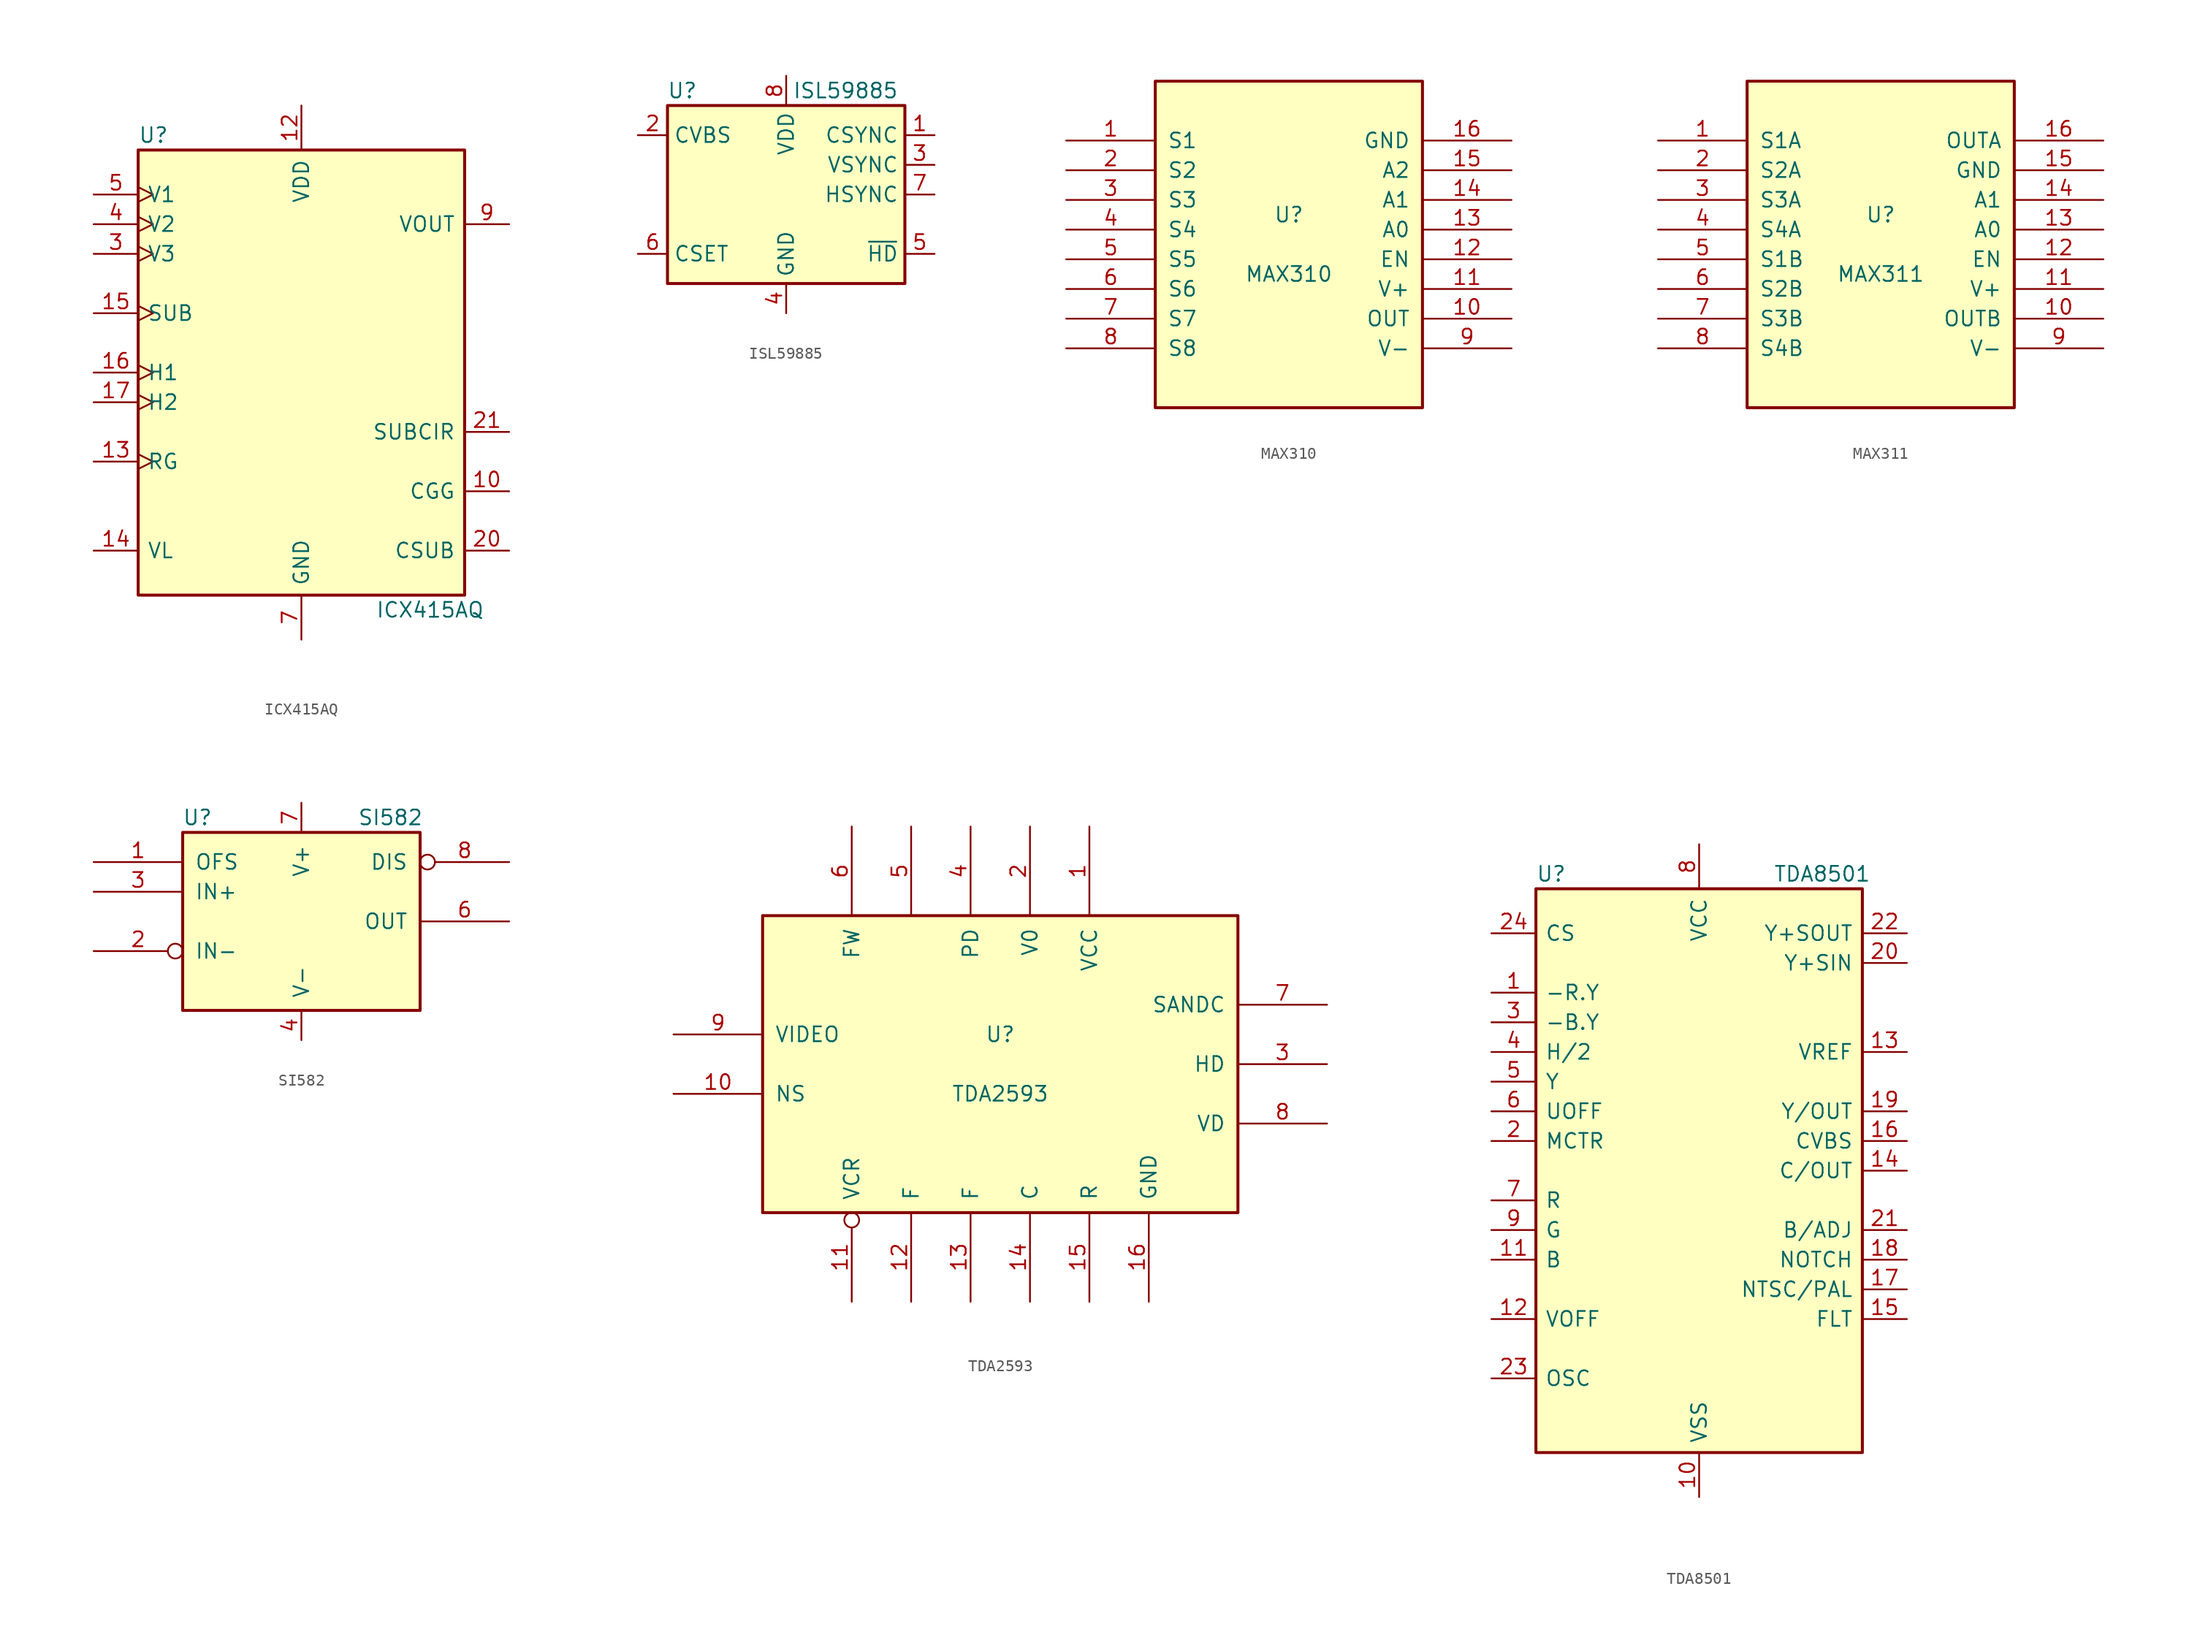
<source format=kicad_sym>
(kicad_symbol_lib
  (version 20211014)
  (generator kicad_symbol_editor)
  (symbol "ICX415AQ"
    (pin_names
      (offset 0.762))
    (property "Reference" "U"
      (at -13.97 20.32 0)
      (effects (font (size 1.27 1.27)) (justify left)))
    (property "Value" "ICX415AQ"
      (at 6.35 -20.32 0)
      (effects (font (size 1.27 1.27)) (justify left)))
    (symbol "ICX415AQ_0_1"
      (rectangle (start -13.97 19.05) (end 13.97 -19.05) (stroke (width 0.254) (type default) (color 0 0 0 0)) (fill (type background))))
    (symbol "ICX415AQ_1_1"
      (pin input line (at 17.78 -10.16 180) (length 3.81) (name "CGG" (effects (font (size 1.27 1.27)))) (number "10" (effects (font (size 1.27 1.27)))))
      (pin power_in line (at 0 22.86 270) (length 3.81) (name "VDD" (effects (font (size 1.27 1.27)))) (number "12" (effects (font (size 1.27 1.27)))))
      (pin input clock (at -17.78 -7.62 0) (length 3.81) (name "RG" (effects (font (size 1.27 1.27)))) (number "13" (effects (font (size 1.27 1.27)))))
      (pin power_in line (at -17.78 -15.24 0) (length 3.81) (name "VL" (effects (font (size 1.27 1.27)))) (number "14" (effects (font (size 1.27 1.27)))))
      (pin input clock (at -17.78 5.08 0) (length 3.81) (name "SUB" (effects (font (size 1.27 1.27)))) (number "15" (effects (font (size 1.27 1.27)))))
      (pin input clock (at -17.78 0 0) (length 3.81) (name "H1" (effects (font (size 1.27 1.27)))) (number "16" (effects (font (size 1.27 1.27)))))
      (pin input clock (at -17.78 -2.54 0) (length 3.81) (name "H2" (effects (font (size 1.27 1.27)))) (number "17" (effects (font (size 1.27 1.27)))))
      (pin input line (at 17.78 -15.24 180) (length 3.81) (name "CSUB" (effects (font (size 1.27 1.27)))) (number "20" (effects (font (size 1.27 1.27)))))
      (pin power_in line (at 17.78 -5.08 180) (length 3.81) (name "SUBCIR" (effects (font (size 1.27 1.27)))) (number "21" (effects (font (size 1.27 1.27)))))
      (pin input clock (at -17.78 10.16 0) (length 3.81) (name "V3" (effects (font (size 1.27 1.27)))) (number "3" (effects (font (size 1.27 1.27)))))
      (pin input clock (at -17.78 12.7 0) (length 3.81) (name "V2" (effects (font (size 1.27 1.27)))) (number "4" (effects (font (size 1.27 1.27)))))
      (pin input clock (at -17.78 15.24 0) (length 3.81) (name "V1" (effects (font (size 1.27 1.27)))) (number "5" (effects (font (size 1.27 1.27)))))
      (pin power_in line (at 0 -22.86 90) (length 3.81) (name "GND" (effects (font (size 1.27 1.27)))) (number "7" (effects (font (size 1.27 1.27)))))
      (pin output line (at 17.78 12.7 180) (length 3.81) (name "VOUT" (effects (font (size 1.27 1.27)))) (number "9" (effects (font (size 1.27 1.27)))))))
  (symbol "ISL59885"
    (property "Reference" "U"
      (at -8.89 8.89 0)
      (effects (font (size 1.27 1.27))))
    (property "Value" "ISL59885"
      (at 5.08 8.89 0)
      (effects (font (size 1.27 1.27))))
    (symbol "ISL59885_0_1"
      (rectangle (start -10.16 7.62) (end 10.16 -7.62) (stroke (width 0.254) (type default) (color 0 0 0 0)) (fill (type background))))
    (symbol "ISL59885_1_1"
      (pin output line (at 12.7 5.08 180) (length 2.54) (name "CSYNC" (effects (font (size 1.27 1.27)))) (number "1" (effects (font (size 1.27 1.27)))))
      (pin input line (at -12.7 5.08 0) (length 2.54) (name "CVBS" (effects (font (size 1.27 1.27)))) (number "2" (effects (font (size 1.27 1.27)))))
      (pin output line (at 12.7 2.54 180) (length 2.54) (name "VSYNC" (effects (font (size 1.27 1.27)))) (number "3" (effects (font (size 1.27 1.27)))))
      (pin power_in line (at 0 -10.16 90) (length 2.54) (name "GND" (effects (font (size 1.27 1.27)))) (number "4" (effects (font (size 1.27 1.27)))))
      (pin output line (at 12.7 -5.08 180) (length 2.54) (name "~{HD}" (effects (font (size 1.27 1.27)))) (number "5" (effects (font (size 1.27 1.27)))))
      (pin passive line (at -12.7 -5.08 0) (length 2.54) (name "CSET" (effects (font (size 1.27 1.27)))) (number "6" (effects (font (size 1.27 1.27)))))
      (pin output line (at 12.7 0 180) (length 2.54) (name "HSYNC" (effects (font (size 1.27 1.27)))) (number "7" (effects (font (size 1.27 1.27)))))
      (pin power_in line (at 0 10.16 270) (length 2.54) (name "VDD" (effects (font (size 1.27 1.27)))) (number "8" (effects (font (size 1.27 1.27)))))))
  (symbol "MAX310"
    (pin_names
      (offset 1.016))
    (property "Reference" "U"
      (at 0 2.54 0)
      (effects (font (size 1.27 1.27))))
    (property "Value" "MAX310"
      (at 0 -2.54 0)
      (effects (font (size 1.27 1.27))))
    (symbol "MAX310_0_1"
      (rectangle (start -11.43 -13.97) (end 11.43 13.97) (stroke (width 0.254) (type default) (color 0 0 0 0)) (fill (type background))))
    (symbol "MAX310_1_1"
      (pin input line (at -19.05 8.89 0) (length 7.62) (name "S1" (effects (font (size 1.27 1.27)))) (number "1" (effects (font (size 1.27 1.27)))))
      (pin input line (at 19.05 -6.35 180) (length 7.62) (name "OUT" (effects (font (size 1.27 1.27)))) (number "10" (effects (font (size 1.27 1.27)))))
      (pin input line (at 19.05 -3.81 180) (length 7.62) (name "V+" (effects (font (size 1.27 1.27)))) (number "11" (effects (font (size 1.27 1.27)))))
      (pin input line (at 19.05 -1.27 180) (length 7.62) (name "EN" (effects (font (size 1.27 1.27)))) (number "12" (effects (font (size 1.27 1.27)))))
      (pin input line (at 19.05 1.27 180) (length 7.62) (name "A0" (effects (font (size 1.27 1.27)))) (number "13" (effects (font (size 1.27 1.27)))))
      (pin input line (at 19.05 3.81 180) (length 7.62) (name "A1" (effects (font (size 1.27 1.27)))) (number "14" (effects (font (size 1.27 1.27)))))
      (pin input line (at 19.05 6.35 180) (length 7.62) (name "A2" (effects (font (size 1.27 1.27)))) (number "15" (effects (font (size 1.27 1.27)))))
      (pin input line (at 19.05 8.89 180) (length 7.62) (name "GND" (effects (font (size 1.27 1.27)))) (number "16" (effects (font (size 1.27 1.27)))))
      (pin input line (at -19.05 6.35 0) (length 7.62) (name "S2" (effects (font (size 1.27 1.27)))) (number "2" (effects (font (size 1.27 1.27)))))
      (pin input line (at -19.05 3.81 0) (length 7.62) (name "S3" (effects (font (size 1.27 1.27)))) (number "3" (effects (font (size 1.27 1.27)))))
      (pin input line (at -19.05 1.27 0) (length 7.62) (name "S4" (effects (font (size 1.27 1.27)))) (number "4" (effects (font (size 1.27 1.27)))))
      (pin input line (at -19.05 -1.27 0) (length 7.62) (name "S5" (effects (font (size 1.27 1.27)))) (number "5" (effects (font (size 1.27 1.27)))))
      (pin input line (at -19.05 -3.81 0) (length 7.62) (name "S6" (effects (font (size 1.27 1.27)))) (number "6" (effects (font (size 1.27 1.27)))))
      (pin input line (at -19.05 -6.35 0) (length 7.62) (name "S7" (effects (font (size 1.27 1.27)))) (number "7" (effects (font (size 1.27 1.27)))))
      (pin input line (at -19.05 -8.89 0) (length 7.62) (name "S8" (effects (font (size 1.27 1.27)))) (number "8" (effects (font (size 1.27 1.27)))))
      (pin input line (at 19.05 -8.89 180) (length 7.62) (name "V-" (effects (font (size 1.27 1.27)))) (number "9" (effects (font (size 1.27 1.27)))))))
  (symbol "MAX311"
    (pin_names
      (offset 1.016))
    (property "Reference" "U"
      (at 0 2.54 0)
      (effects (font (size 1.27 1.27))))
    (property "Value" "MAX311"
      (at 0 -2.54 0)
      (effects (font (size 1.27 1.27))))
    (symbol "MAX311_0_1"
      (rectangle (start -11.43 -13.97) (end 11.43 13.97) (stroke (width 0.254) (type default) (color 0 0 0 0)) (fill (type background))))
    (symbol "MAX311_1_1"
      (pin input line (at -19.05 8.89 0) (length 7.62) (name "S1A" (effects (font (size 1.27 1.27)))) (number "1" (effects (font (size 1.27 1.27)))))
      (pin input line (at 19.05 -6.35 180) (length 7.62) (name "OUTB" (effects (font (size 1.27 1.27)))) (number "10" (effects (font (size 1.27 1.27)))))
      (pin input line (at 19.05 -3.81 180) (length 7.62) (name "V+" (effects (font (size 1.27 1.27)))) (number "11" (effects (font (size 1.27 1.27)))))
      (pin input line (at 19.05 -1.27 180) (length 7.62) (name "EN" (effects (font (size 1.27 1.27)))) (number "12" (effects (font (size 1.27 1.27)))))
      (pin input line (at 19.05 1.27 180) (length 7.62) (name "A0" (effects (font (size 1.27 1.27)))) (number "13" (effects (font (size 1.27 1.27)))))
      (pin input line (at 19.05 3.81 180) (length 7.62) (name "A1" (effects (font (size 1.27 1.27)))) (number "14" (effects (font (size 1.27 1.27)))))
      (pin input line (at 19.05 6.35 180) (length 7.62) (name "GND" (effects (font (size 1.27 1.27)))) (number "15" (effects (font (size 1.27 1.27)))))
      (pin output line (at 19.05 8.89 180) (length 7.62) (name "OUTA" (effects (font (size 1.27 1.27)))) (number "16" (effects (font (size 1.27 1.27)))))
      (pin input line (at -19.05 6.35 0) (length 7.62) (name "S2A" (effects (font (size 1.27 1.27)))) (number "2" (effects (font (size 1.27 1.27)))))
      (pin input line (at -19.05 3.81 0) (length 7.62) (name "S3A" (effects (font (size 1.27 1.27)))) (number "3" (effects (font (size 1.27 1.27)))))
      (pin input line (at -19.05 1.27 0) (length 7.62) (name "S4A" (effects (font (size 1.27 1.27)))) (number "4" (effects (font (size 1.27 1.27)))))
      (pin input line (at -19.05 -1.27 0) (length 7.62) (name "S1B" (effects (font (size 1.27 1.27)))) (number "5" (effects (font (size 1.27 1.27)))))
      (pin input line (at -19.05 -3.81 0) (length 7.62) (name "S2B" (effects (font (size 1.27 1.27)))) (number "6" (effects (font (size 1.27 1.27)))))
      (pin input line (at -19.05 -6.35 0) (length 7.62) (name "S3B" (effects (font (size 1.27 1.27)))) (number "7" (effects (font (size 1.27 1.27)))))
      (pin input line (at -19.05 -8.89 0) (length 7.62) (name "S4B" (effects (font (size 1.27 1.27)))) (number "8" (effects (font (size 1.27 1.27)))))
      (pin input line (at 19.05 -8.89 180) (length 7.62) (name "V-" (effects (font (size 1.27 1.27)))) (number "9" (effects (font (size 1.27 1.27)))))))
  (symbol "SI582"
    (pin_names
      (offset 1.016))
    (property "Reference" "U"
      (at -8.89 8.89 0)
      (effects (font (size 1.27 1.27))))
    (property "Value" "SI582"
      (at 7.62 8.89 0)
      (effects (font (size 1.27 1.27))))
    (symbol "SI582_0_1"
      (rectangle (start -10.16 -7.62) (end 10.16 7.62) (stroke (width 0.254) (type default) (color 0 0 0 0)) (fill (type background))))
    (symbol "SI582_1_1"
      (pin input line (at -17.78 5.08 0) (length 7.62) (name "OFS" (effects (font (size 1.27 1.27)))) (number "1" (effects (font (size 1.27 1.27)))))
      (pin input inverted (at -17.78 -2.54 0) (length 7.62) (name "IN-" (effects (font (size 1.27 1.27)))) (number "2" (effects (font (size 1.27 1.27)))))
      (pin input line (at -17.78 2.54 0) (length 7.62) (name "IN+" (effects (font (size 1.27 1.27)))) (number "3" (effects (font (size 1.27 1.27)))))
      (pin power_in line (at 0 -10.16 90) (length 2.54) (name "V-" (effects (font (size 1.27 1.27)))) (number "4" (effects (font (size 1.27 1.27)))))
      (pin input line (at 17.78 0 180) (length 7.62) (name "OUT" (effects (font (size 1.27 1.27)))) (number "6" (effects (font (size 1.27 1.27)))))
      (pin power_in line (at 0 10.16 270) (length 2.54) (name "V+" (effects (font (size 1.27 1.27)))) (number "7" (effects (font (size 1.27 1.27)))))
      (pin input inverted (at 17.78 5.08 180) (length 7.62) (name "DIS" (effects (font (size 1.27 1.27)))) (number "8" (effects (font (size 1.27 1.27)))))))
  (symbol "TDA2593"
    (pin_names
      (offset 1.016))
    (property "Reference" "U"
      (at 0 2.54 0)
      (effects (font (size 1.27 1.27))))
    (property "Value" "TDA2593"
      (at 0 -2.54 0)
      (effects (font (size 1.27 1.27))))
    (symbol "TDA2593_0_1"
      (rectangle (start -20.32 -12.7) (end 20.32 12.7) (stroke (width 0.254) (type default) (color 0 0 0 0)) (fill (type background))))
    (symbol "TDA2593_1_1"
      (pin input line (at 7.62 20.32 270) (length 7.62) (name "VCC" (effects (font (size 1.27 1.27)))) (number "1" (effects (font (size 1.27 1.27)))))
      (pin input line (at -27.94 -2.54 0) (length 7.62) (name "NS" (effects (font (size 1.27 1.27)))) (number "10" (effects (font (size 1.27 1.27)))))
      (pin input inverted (at -12.7 -20.32 90) (length 7.62) (name "VCR" (effects (font (size 1.27 1.27)))) (number "11" (effects (font (size 1.27 1.27)))))
      (pin input line (at -7.62 -20.32 90) (length 7.62) (name "F" (effects (font (size 1.27 1.27)))) (number "12" (effects (font (size 1.27 1.27)))))
      (pin input line (at -2.54 -20.32 90) (length 7.62) (name "F" (effects (font (size 1.27 1.27)))) (number "13" (effects (font (size 1.27 1.27)))))
      (pin input line (at 2.54 -20.32 90) (length 7.62) (name "C" (effects (font (size 1.27 1.27)))) (number "14" (effects (font (size 1.27 1.27)))))
      (pin input line (at 7.62 -20.32 90) (length 7.62) (name "R" (effects (font (size 1.27 1.27)))) (number "15" (effects (font (size 1.27 1.27)))))
      (pin input line (at 12.7 -20.32 90) (length 7.62) (name "GND" (effects (font (size 1.27 1.27)))) (number "16" (effects (font (size 1.27 1.27)))))
      (pin input line (at 2.54 20.32 270) (length 7.62) (name "V0" (effects (font (size 1.27 1.27)))) (number "2" (effects (font (size 1.27 1.27)))))
      (pin output line (at 27.94 0 180) (length 7.62) (name "HD" (effects (font (size 1.27 1.27)))) (number "3" (effects (font (size 1.27 1.27)))))
      (pin input line (at -2.54 20.32 270) (length 7.62) (name "PD" (effects (font (size 1.27 1.27)))) (number "4" (effects (font (size 1.27 1.27)))))
      (pin input line (at -7.62 20.32 270) (length 7.62) (name "~" (effects (font (size 1.27 1.27)))) (number "5" (effects (font (size 1.27 1.27)))))
      (pin input line (at -12.7 20.32 270) (length 7.62) (name "FW" (effects (font (size 1.27 1.27)))) (number "6" (effects (font (size 1.27 1.27)))))
      (pin output line (at 27.94 5.08 180) (length 7.62) (name "SANDC" (effects (font (size 1.27 1.27)))) (number "7" (effects (font (size 1.27 1.27)))))
      (pin output line (at 27.94 -5.08 180) (length 7.62) (name "VD" (effects (font (size 1.27 1.27)))) (number "8" (effects (font (size 1.27 1.27)))))
      (pin input line (at -27.94 2.54 0) (length 7.62) (name "VIDEO" (effects (font (size 1.27 1.27)))) (number "9" (effects (font (size 1.27 1.27)))))))
  (symbol "TDA8501"
    (pin_names
      (offset 0.762))
    (property "Reference" "U"
      (at -13.97 25.4 0)
      (effects (font (size 1.27 1.27)) (justify left)))
    (property "Value" "TDA8501"
      (at 6.35 25.4 0)
      (effects (font (size 1.27 1.27)) (justify left)))
    (symbol "TDA8501_0_1"
      (rectangle (start -13.97 24.13) (end 13.97 -24.13) (stroke (width 0.254) (type default) (color 0 0 0 0)) (fill (type background))))
    (symbol "TDA8501_1_1"
      (pin input line (at -17.78 15.24 0) (length 3.81) (name "-R.Y" (effects (font (size 1.27 1.27)))) (number "1" (effects (font (size 1.27 1.27)))))
      (pin power_in line (at 0 -27.94 90) (length 3.81) (name "VSS" (effects (font (size 1.27 1.27)))) (number "10" (effects (font (size 1.27 1.27)))))
      (pin input line (at -17.78 -7.62 0) (length 3.81) (name "B" (effects (font (size 1.27 1.27)))) (number "11" (effects (font (size 1.27 1.27)))))
      (pin output line (at -17.78 -12.7 0) (length 3.81) (name "VOFF" (effects (font (size 1.27 1.27)))) (number "12" (effects (font (size 1.27 1.27)))))
      (pin passive line (at 17.78 10.16 180) (length 3.81) (name "VREF" (effects (font (size 1.27 1.27)))) (number "13" (effects (font (size 1.27 1.27)))))
      (pin output line (at 17.78 0 180) (length 3.81) (name "C/OUT" (effects (font (size 1.27 1.27)))) (number "14" (effects (font (size 1.27 1.27)))))
      (pin passive line (at 17.78 -12.7 180) (length 3.81) (name "FLT" (effects (font (size 1.27 1.27)))) (number "15" (effects (font (size 1.27 1.27)))))
      (pin output line (at 17.78 2.54 180) (length 3.81) (name "CVBS" (effects (font (size 1.27 1.27)))) (number "16" (effects (font (size 1.27 1.27)))))
      (pin input line (at 17.78 -10.16 180) (length 3.81) (name "NTSC/PAL" (effects (font (size 1.27 1.27)))) (number "17" (effects (font (size 1.27 1.27)))))
      (pin input line (at 17.78 -7.62 180) (length 3.81) (name "NOTCH" (effects (font (size 1.27 1.27)))) (number "18" (effects (font (size 1.27 1.27)))))
      (pin output line (at 17.78 5.08 180) (length 3.81) (name "Y/OUT" (effects (font (size 1.27 1.27)))) (number "19" (effects (font (size 1.27 1.27)))))
      (pin input line (at -17.78 2.54 0) (length 3.81) (name "MCTR" (effects (font (size 1.27 1.27)))) (number "2" (effects (font (size 1.27 1.27)))))
      (pin input line (at 17.78 17.78 180) (length 3.81) (name "Y+SIN" (effects (font (size 1.27 1.27)))) (number "20" (effects (font (size 1.27 1.27)))))
      (pin passive line (at 17.78 -5.08 180) (length 3.81) (name "B/ADJ" (effects (font (size 1.27 1.27)))) (number "21" (effects (font (size 1.27 1.27)))))
      (pin output line (at 17.78 20.32 180) (length 3.81) (name "Y+SOUT" (effects (font (size 1.27 1.27)))) (number "22" (effects (font (size 1.27 1.27)))))
      (pin output line (at -17.78 -17.78 0) (length 3.81) (name "OSC" (effects (font (size 1.27 1.27)))) (number "23" (effects (font (size 1.27 1.27)))))
      (pin input line (at -17.78 20.32 0) (length 3.81) (name "CS" (effects (font (size 1.27 1.27)))) (number "24" (effects (font (size 1.27 1.27)))))
      (pin input line (at -17.78 12.7 0) (length 3.81) (name "-B.Y" (effects (font (size 1.27 1.27)))) (number "3" (effects (font (size 1.27 1.27)))))
      (pin bidirectional line (at -17.78 10.16 0) (length 3.81) (name "H/2" (effects (font (size 1.27 1.27)))) (number "4" (effects (font (size 1.27 1.27)))))
      (pin input line (at -17.78 7.62 0) (length 3.81) (name "Y" (effects (font (size 1.27 1.27)))) (number "5" (effects (font (size 1.27 1.27)))))
      (pin output line (at -17.78 5.08 0) (length 3.81) (name "UOFF" (effects (font (size 1.27 1.27)))) (number "6" (effects (font (size 1.27 1.27)))))
      (pin input line (at -17.78 -2.54 0) (length 3.81) (name "R" (effects (font (size 1.27 1.27)))) (number "7" (effects (font (size 1.27 1.27)))))
      (pin power_in line (at 0 27.94 270) (length 3.81) (name "VCC" (effects (font (size 1.27 1.27)))) (number "8" (effects (font (size 1.27 1.27)))))
      (pin input line (at -17.78 -5.08 0) (length 3.81) (name "G" (effects (font (size 1.27 1.27)))) (number "9" (effects (font (size 1.27 1.27))))))))
</source>
